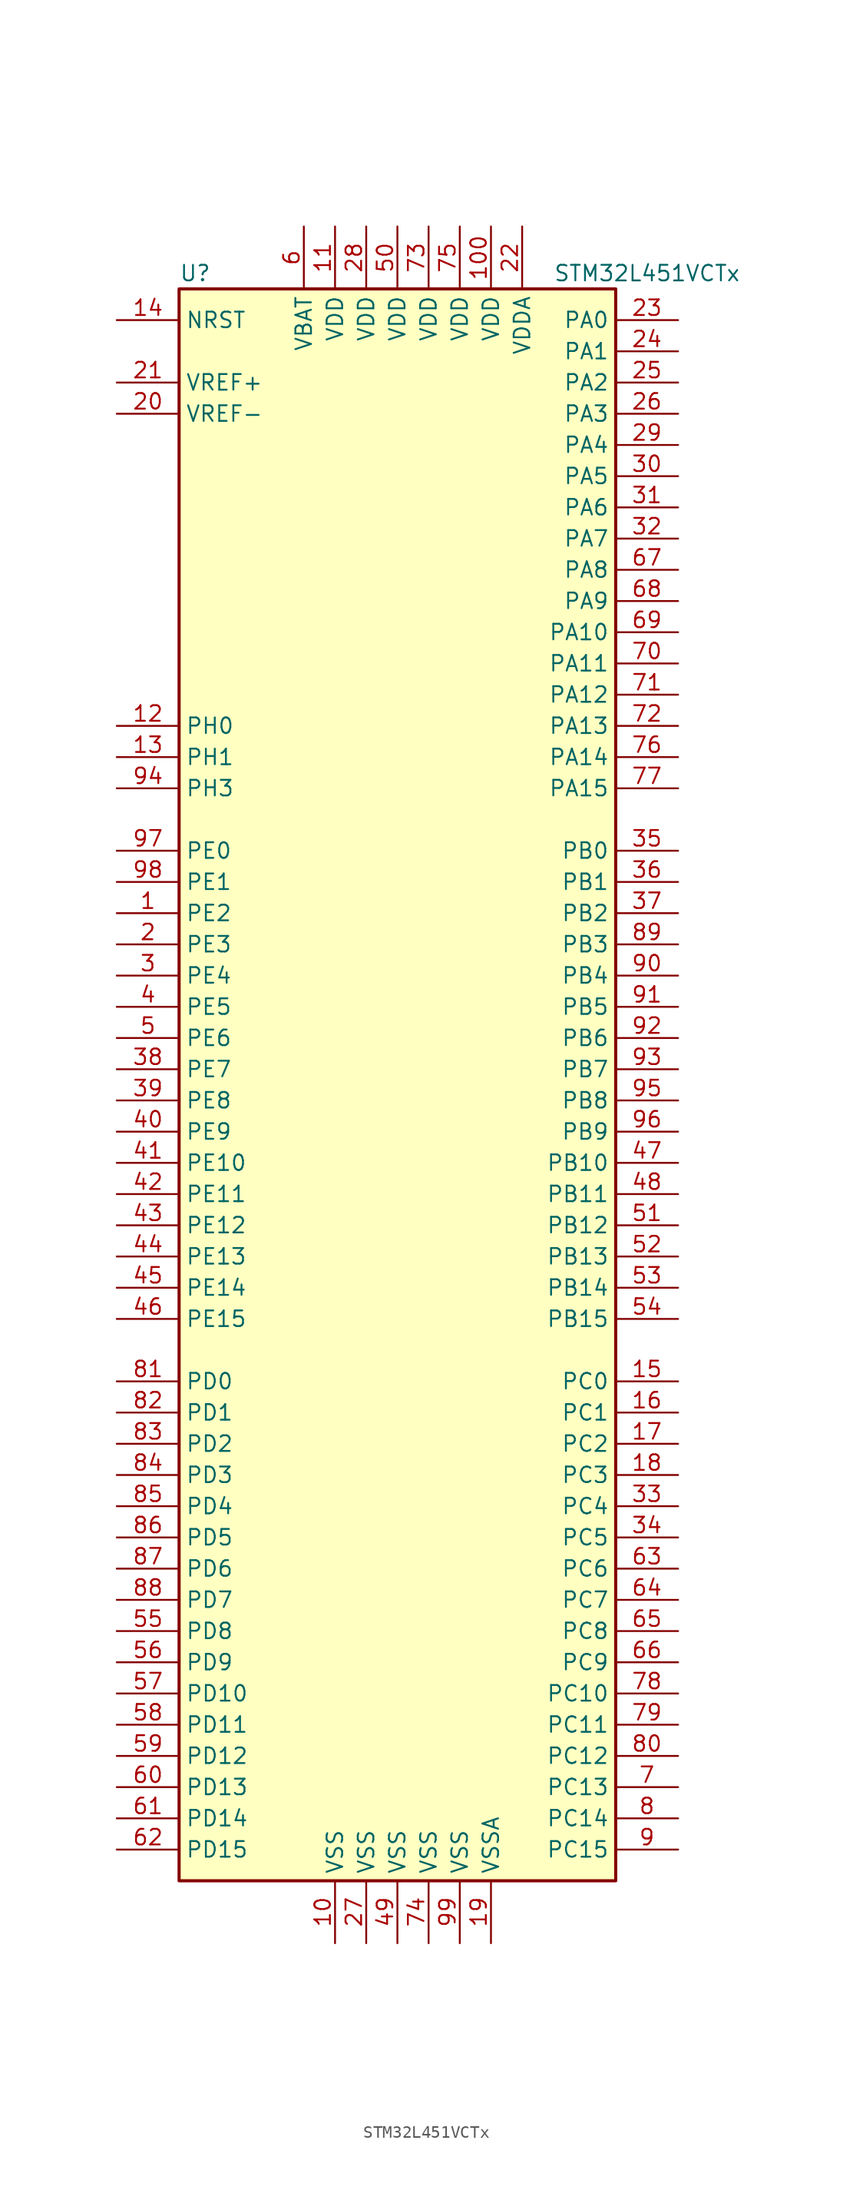
<source format=kicad_sym>
(kicad_symbol_lib
  (version 20201005)
  (generator kicad_symbol_editor)
  (symbol "STM32L451VCTx"
    (property "Reference" "U"
      (at -17.78 64.77 0)
      (effects (font (size 1.27 1.27)) (justify left)))
    (property "Value" "STM32L451VCTx"
      (at 12.7 64.77 0)
      (effects (font (size 1.27 1.27)) (justify left)))
    (symbol "STM32L451VCTx_0_1"
      (rectangle (start -17.78 -66.04) (end 17.78 63.5) (stroke (width 0.254)) (fill (type background))))
    (symbol "STM32L451VCTx_1_1"
      (pin bidirectional line (at -22.86 12.7 0) (length 5.08) (name "PE2" (effects (font (size 1.27 1.27)))) (number "1" (effects (font (size 1.27 1.27)))))
      (pin power_in line (at -5.08 -71.12 90) (length 5.08) (name "VSS" (effects (font (size 1.27 1.27)))) (number "10" (effects (font (size 1.27 1.27)))))
      (pin power_in line (at 7.62 68.58 270) (length 5.08) (name "VDD" (effects (font (size 1.27 1.27)))) (number "100" (effects (font (size 1.27 1.27)))))
      (pin power_in line (at -5.08 68.58 270) (length 5.08) (name "VDD" (effects (font (size 1.27 1.27)))) (number "11" (effects (font (size 1.27 1.27)))))
      (pin input line (at -22.86 27.94 0) (length 5.08) (name "PH0" (effects (font (size 1.27 1.27)))) (number "12" (effects (font (size 1.27 1.27)))))
      (pin input line (at -22.86 25.4 0) (length 5.08) (name "PH1" (effects (font (size 1.27 1.27)))) (number "13" (effects (font (size 1.27 1.27)))))
      (pin input line (at -22.86 60.96 0) (length 5.08) (name "NRST" (effects (font (size 1.27 1.27)))) (number "14" (effects (font (size 1.27 1.27)))))
      (pin bidirectional line (at 22.86 -25.4 180) (length 5.08) (name "PC0" (effects (font (size 1.27 1.27)))) (number "15" (effects (font (size 1.27 1.27)))))
      (pin bidirectional line (at 22.86 -27.94 180) (length 5.08) (name "PC1" (effects (font (size 1.27 1.27)))) (number "16" (effects (font (size 1.27 1.27)))))
      (pin bidirectional line (at 22.86 -30.48 180) (length 5.08) (name "PC2" (effects (font (size 1.27 1.27)))) (number "17" (effects (font (size 1.27 1.27)))))
      (pin bidirectional line (at 22.86 -33.02 180) (length 5.08) (name "PC3" (effects (font (size 1.27 1.27)))) (number "18" (effects (font (size 1.27 1.27)))))
      (pin power_in line (at 7.62 -71.12 90) (length 5.08) (name "VSSA" (effects (font (size 1.27 1.27)))) (number "19" (effects (font (size 1.27 1.27)))))
      (pin bidirectional line (at -22.86 10.16 0) (length 5.08) (name "PE3" (effects (font (size 1.27 1.27)))) (number "2" (effects (font (size 1.27 1.27)))))
      (pin power_in line (at -22.86 53.34 0) (length 5.08) (name "VREF-" (effects (font (size 1.27 1.27)))) (number "20" (effects (font (size 1.27 1.27)))))
      (pin bidirectional line (at -22.86 55.88 0) (length 5.08) (name "VREF+" (effects (font (size 1.27 1.27)))) (number "21" (effects (font (size 1.27 1.27)))))
      (pin power_in line (at 10.16 68.58 270) (length 5.08) (name "VDDA" (effects (font (size 1.27 1.27)))) (number "22" (effects (font (size 1.27 1.27)))))
      (pin bidirectional line (at 22.86 60.96 180) (length 5.08) (name "PA0" (effects (font (size 1.27 1.27)))) (number "23" (effects (font (size 1.27 1.27)))))
      (pin bidirectional line (at 22.86 58.42 180) (length 5.08) (name "PA1" (effects (font (size 1.27 1.27)))) (number "24" (effects (font (size 1.27 1.27)))))
      (pin bidirectional line (at 22.86 55.88 180) (length 5.08) (name "PA2" (effects (font (size 1.27 1.27)))) (number "25" (effects (font (size 1.27 1.27)))))
      (pin bidirectional line (at 22.86 53.34 180) (length 5.08) (name "PA3" (effects (font (size 1.27 1.27)))) (number "26" (effects (font (size 1.27 1.27)))))
      (pin power_in line (at -2.54 -71.12 90) (length 5.08) (name "VSS" (effects (font (size 1.27 1.27)))) (number "27" (effects (font (size 1.27 1.27)))))
      (pin power_in line (at -2.54 68.58 270) (length 5.08) (name "VDD" (effects (font (size 1.27 1.27)))) (number "28" (effects (font (size 1.27 1.27)))))
      (pin bidirectional line (at 22.86 50.8 180) (length 5.08) (name "PA4" (effects (font (size 1.27 1.27)))) (number "29" (effects (font (size 1.27 1.27)))))
      (pin bidirectional line (at -22.86 7.62 0) (length 5.08) (name "PE4" (effects (font (size 1.27 1.27)))) (number "3" (effects (font (size 1.27 1.27)))))
      (pin bidirectional line (at 22.86 48.26 180) (length 5.08) (name "PA5" (effects (font (size 1.27 1.27)))) (number "30" (effects (font (size 1.27 1.27)))))
      (pin bidirectional line (at 22.86 45.72 180) (length 5.08) (name "PA6" (effects (font (size 1.27 1.27)))) (number "31" (effects (font (size 1.27 1.27)))))
      (pin bidirectional line (at 22.86 43.18 180) (length 5.08) (name "PA7" (effects (font (size 1.27 1.27)))) (number "32" (effects (font (size 1.27 1.27)))))
      (pin bidirectional line (at 22.86 -35.56 180) (length 5.08) (name "PC4" (effects (font (size 1.27 1.27)))) (number "33" (effects (font (size 1.27 1.27)))))
      (pin bidirectional line (at 22.86 -38.1 180) (length 5.08) (name "PC5" (effects (font (size 1.27 1.27)))) (number "34" (effects (font (size 1.27 1.27)))))
      (pin bidirectional line (at 22.86 17.78 180) (length 5.08) (name "PB0" (effects (font (size 1.27 1.27)))) (number "35" (effects (font (size 1.27 1.27)))))
      (pin bidirectional line (at 22.86 15.24 180) (length 5.08) (name "PB1" (effects (font (size 1.27 1.27)))) (number "36" (effects (font (size 1.27 1.27)))))
      (pin bidirectional line (at 22.86 12.7 180) (length 5.08) (name "PB2" (effects (font (size 1.27 1.27)))) (number "37" (effects (font (size 1.27 1.27)))))
      (pin bidirectional line (at -22.86 0 0) (length 5.08) (name "PE7" (effects (font (size 1.27 1.27)))) (number "38" (effects (font (size 1.27 1.27)))))
      (pin bidirectional line (at -22.86 -2.54 0) (length 5.08) (name "PE8" (effects (font (size 1.27 1.27)))) (number "39" (effects (font (size 1.27 1.27)))))
      (pin bidirectional line (at -22.86 5.08 0) (length 5.08) (name "PE5" (effects (font (size 1.27 1.27)))) (number "4" (effects (font (size 1.27 1.27)))))
      (pin bidirectional line (at -22.86 -5.08 0) (length 5.08) (name "PE9" (effects (font (size 1.27 1.27)))) (number "40" (effects (font (size 1.27 1.27)))))
      (pin bidirectional line (at -22.86 -7.62 0) (length 5.08) (name "PE10" (effects (font (size 1.27 1.27)))) (number "41" (effects (font (size 1.27 1.27)))))
      (pin bidirectional line (at -22.86 -10.16 0) (length 5.08) (name "PE11" (effects (font (size 1.27 1.27)))) (number "42" (effects (font (size 1.27 1.27)))))
      (pin bidirectional line (at -22.86 -12.7 0) (length 5.08) (name "PE12" (effects (font (size 1.27 1.27)))) (number "43" (effects (font (size 1.27 1.27)))))
      (pin bidirectional line (at -22.86 -15.24 0) (length 5.08) (name "PE13" (effects (font (size 1.27 1.27)))) (number "44" (effects (font (size 1.27 1.27)))))
      (pin bidirectional line (at -22.86 -17.78 0) (length 5.08) (name "PE14" (effects (font (size 1.27 1.27)))) (number "45" (effects (font (size 1.27 1.27)))))
      (pin bidirectional line (at -22.86 -20.32 0) (length 5.08) (name "PE15" (effects (font (size 1.27 1.27)))) (number "46" (effects (font (size 1.27 1.27)))))
      (pin bidirectional line (at 22.86 -7.62 180) (length 5.08) (name "PB10" (effects (font (size 1.27 1.27)))) (number "47" (effects (font (size 1.27 1.27)))))
      (pin bidirectional line (at 22.86 -10.16 180) (length 5.08) (name "PB11" (effects (font (size 1.27 1.27)))) (number "48" (effects (font (size 1.27 1.27)))))
      (pin power_in line (at 0 -71.12 90) (length 5.08) (name "VSS" (effects (font (size 1.27 1.27)))) (number "49" (effects (font (size 1.27 1.27)))))
      (pin bidirectional line (at -22.86 2.54 0) (length 5.08) (name "PE6" (effects (font (size 1.27 1.27)))) (number "5" (effects (font (size 1.27 1.27)))))
      (pin power_in line (at 0 68.58 270) (length 5.08) (name "VDD" (effects (font (size 1.27 1.27)))) (number "50" (effects (font (size 1.27 1.27)))))
      (pin bidirectional line (at 22.86 -12.7 180) (length 5.08) (name "PB12" (effects (font (size 1.27 1.27)))) (number "51" (effects (font (size 1.27 1.27)))))
      (pin bidirectional line (at 22.86 -15.24 180) (length 5.08) (name "PB13" (effects (font (size 1.27 1.27)))) (number "52" (effects (font (size 1.27 1.27)))))
      (pin bidirectional line (at 22.86 -17.78 180) (length 5.08) (name "PB14" (effects (font (size 1.27 1.27)))) (number "53" (effects (font (size 1.27 1.27)))))
      (pin bidirectional line (at 22.86 -20.32 180) (length 5.08) (name "PB15" (effects (font (size 1.27 1.27)))) (number "54" (effects (font (size 1.27 1.27)))))
      (pin bidirectional line (at -22.86 -45.72 0) (length 5.08) (name "PD8" (effects (font (size 1.27 1.27)))) (number "55" (effects (font (size 1.27 1.27)))))
      (pin bidirectional line (at -22.86 -48.26 0) (length 5.08) (name "PD9" (effects (font (size 1.27 1.27)))) (number "56" (effects (font (size 1.27 1.27)))))
      (pin bidirectional line (at -22.86 -50.8 0) (length 5.08) (name "PD10" (effects (font (size 1.27 1.27)))) (number "57" (effects (font (size 1.27 1.27)))))
      (pin bidirectional line (at -22.86 -53.34 0) (length 5.08) (name "PD11" (effects (font (size 1.27 1.27)))) (number "58" (effects (font (size 1.27 1.27)))))
      (pin bidirectional line (at -22.86 -55.88 0) (length 5.08) (name "PD12" (effects (font (size 1.27 1.27)))) (number "59" (effects (font (size 1.27 1.27)))))
      (pin power_in line (at -7.62 68.58 270) (length 5.08) (name "VBAT" (effects (font (size 1.27 1.27)))) (number "6" (effects (font (size 1.27 1.27)))))
      (pin bidirectional line (at -22.86 -58.42 0) (length 5.08) (name "PD13" (effects (font (size 1.27 1.27)))) (number "60" (effects (font (size 1.27 1.27)))))
      (pin bidirectional line (at -22.86 -60.96 0) (length 5.08) (name "PD14" (effects (font (size 1.27 1.27)))) (number "61" (effects (font (size 1.27 1.27)))))
      (pin bidirectional line (at -22.86 -63.5 0) (length 5.08) (name "PD15" (effects (font (size 1.27 1.27)))) (number "62" (effects (font (size 1.27 1.27)))))
      (pin bidirectional line (at 22.86 -40.64 180) (length 5.08) (name "PC6" (effects (font (size 1.27 1.27)))) (number "63" (effects (font (size 1.27 1.27)))))
      (pin bidirectional line (at 22.86 -43.18 180) (length 5.08) (name "PC7" (effects (font (size 1.27 1.27)))) (number "64" (effects (font (size 1.27 1.27)))))
      (pin bidirectional line (at 22.86 -45.72 180) (length 5.08) (name "PC8" (effects (font (size 1.27 1.27)))) (number "65" (effects (font (size 1.27 1.27)))))
      (pin bidirectional line (at 22.86 -48.26 180) (length 5.08) (name "PC9" (effects (font (size 1.27 1.27)))) (number "66" (effects (font (size 1.27 1.27)))))
      (pin bidirectional line (at 22.86 40.64 180) (length 5.08) (name "PA8" (effects (font (size 1.27 1.27)))) (number "67" (effects (font (size 1.27 1.27)))))
      (pin bidirectional line (at 22.86 38.1 180) (length 5.08) (name "PA9" (effects (font (size 1.27 1.27)))) (number "68" (effects (font (size 1.27 1.27)))))
      (pin bidirectional line (at 22.86 35.56 180) (length 5.08) (name "PA10" (effects (font (size 1.27 1.27)))) (number "69" (effects (font (size 1.27 1.27)))))
      (pin bidirectional line (at 22.86 -58.42 180) (length 5.08) (name "PC13" (effects (font (size 1.27 1.27)))) (number "7" (effects (font (size 1.27 1.27)))))
      (pin bidirectional line (at 22.86 33.02 180) (length 5.08) (name "PA11" (effects (font (size 1.27 1.27)))) (number "70" (effects (font (size 1.27 1.27)))))
      (pin bidirectional line (at 22.86 30.48 180) (length 5.08) (name "PA12" (effects (font (size 1.27 1.27)))) (number "71" (effects (font (size 1.27 1.27)))))
      (pin bidirectional line (at 22.86 27.94 180) (length 5.08) (name "PA13" (effects (font (size 1.27 1.27)))) (number "72" (effects (font (size 1.27 1.27)))))
      (pin power_in line (at 2.54 68.58 270) (length 5.08) (name "VDD" (effects (font (size 1.27 1.27)))) (number "73" (effects (font (size 1.27 1.27)))))
      (pin power_in line (at 2.54 -71.12 90) (length 5.08) (name "VSS" (effects (font (size 1.27 1.27)))) (number "74" (effects (font (size 1.27 1.27)))))
      (pin power_in line (at 5.08 68.58 270) (length 5.08) (name "VDD" (effects (font (size 1.27 1.27)))) (number "75" (effects (font (size 1.27 1.27)))))
      (pin bidirectional line (at 22.86 25.4 180) (length 5.08) (name "PA14" (effects (font (size 1.27 1.27)))) (number "76" (effects (font (size 1.27 1.27)))))
      (pin bidirectional line (at 22.86 22.86 180) (length 5.08) (name "PA15" (effects (font (size 1.27 1.27)))) (number "77" (effects (font (size 1.27 1.27)))))
      (pin bidirectional line (at 22.86 -50.8 180) (length 5.08) (name "PC10" (effects (font (size 1.27 1.27)))) (number "78" (effects (font (size 1.27 1.27)))))
      (pin bidirectional line (at 22.86 -53.34 180) (length 5.08) (name "PC11" (effects (font (size 1.27 1.27)))) (number "79" (effects (font (size 1.27 1.27)))))
      (pin bidirectional line (at 22.86 -60.96 180) (length 5.08) (name "PC14" (effects (font (size 1.27 1.27)))) (number "8" (effects (font (size 1.27 1.27)))))
      (pin bidirectional line (at 22.86 -55.88 180) (length 5.08) (name "PC12" (effects (font (size 1.27 1.27)))) (number "80" (effects (font (size 1.27 1.27)))))
      (pin bidirectional line (at -22.86 -25.4 0) (length 5.08) (name "PD0" (effects (font (size 1.27 1.27)))) (number "81" (effects (font (size 1.27 1.27)))))
      (pin bidirectional line (at -22.86 -27.94 0) (length 5.08) (name "PD1" (effects (font (size 1.27 1.27)))) (number "82" (effects (font (size 1.27 1.27)))))
      (pin bidirectional line (at -22.86 -30.48 0) (length 5.08) (name "PD2" (effects (font (size 1.27 1.27)))) (number "83" (effects (font (size 1.27 1.27)))))
      (pin bidirectional line (at -22.86 -33.02 0) (length 5.08) (name "PD3" (effects (font (size 1.27 1.27)))) (number "84" (effects (font (size 1.27 1.27)))))
      (pin bidirectional line (at -22.86 -35.56 0) (length 5.08) (name "PD4" (effects (font (size 1.27 1.27)))) (number "85" (effects (font (size 1.27 1.27)))))
      (pin bidirectional line (at -22.86 -38.1 0) (length 5.08) (name "PD5" (effects (font (size 1.27 1.27)))) (number "86" (effects (font (size 1.27 1.27)))))
      (pin bidirectional line (at -22.86 -40.64 0) (length 5.08) (name "PD6" (effects (font (size 1.27 1.27)))) (number "87" (effects (font (size 1.27 1.27)))))
      (pin bidirectional line (at -22.86 -43.18 0) (length 5.08) (name "PD7" (effects (font (size 1.27 1.27)))) (number "88" (effects (font (size 1.27 1.27)))))
      (pin bidirectional line (at 22.86 10.16 180) (length 5.08) (name "PB3" (effects (font (size 1.27 1.27)))) (number "89" (effects (font (size 1.27 1.27)))))
      (pin bidirectional line (at 22.86 -63.5 180) (length 5.08) (name "PC15" (effects (font (size 1.27 1.27)))) (number "9" (effects (font (size 1.27 1.27)))))
      (pin bidirectional line (at 22.86 7.62 180) (length 5.08) (name "PB4" (effects (font (size 1.27 1.27)))) (number "90" (effects (font (size 1.27 1.27)))))
      (pin bidirectional line (at 22.86 5.08 180) (length 5.08) (name "PB5" (effects (font (size 1.27 1.27)))) (number "91" (effects (font (size 1.27 1.27)))))
      (pin bidirectional line (at 22.86 2.54 180) (length 5.08) (name "PB6" (effects (font (size 1.27 1.27)))) (number "92" (effects (font (size 1.27 1.27)))))
      (pin bidirectional line (at 22.86 0 180) (length 5.08) (name "PB7" (effects (font (size 1.27 1.27)))) (number "93" (effects (font (size 1.27 1.27)))))
      (pin bidirectional line (at -22.86 22.86 0) (length 5.08) (name "PH3" (effects (font (size 1.27 1.27)))) (number "94" (effects (font (size 1.27 1.27)))))
      (pin bidirectional line (at 22.86 -2.54 180) (length 5.08) (name "PB8" (effects (font (size 1.27 1.27)))) (number "95" (effects (font (size 1.27 1.27)))))
      (pin bidirectional line (at 22.86 -5.08 180) (length 5.08) (name "PB9" (effects (font (size 1.27 1.27)))) (number "96" (effects (font (size 1.27 1.27)))))
      (pin bidirectional line (at -22.86 17.78 0) (length 5.08) (name "PE0" (effects (font (size 1.27 1.27)))) (number "97" (effects (font (size 1.27 1.27)))))
      (pin bidirectional line (at -22.86 15.24 0) (length 5.08) (name "PE1" (effects (font (size 1.27 1.27)))) (number "98" (effects (font (size 1.27 1.27)))))
      (pin power_in line (at 5.08 -71.12 90) (length 5.08) (name "VSS" (effects (font (size 1.27 1.27)))) (number "99" (effects (font (size 1.27 1.27))))))))
</source>
